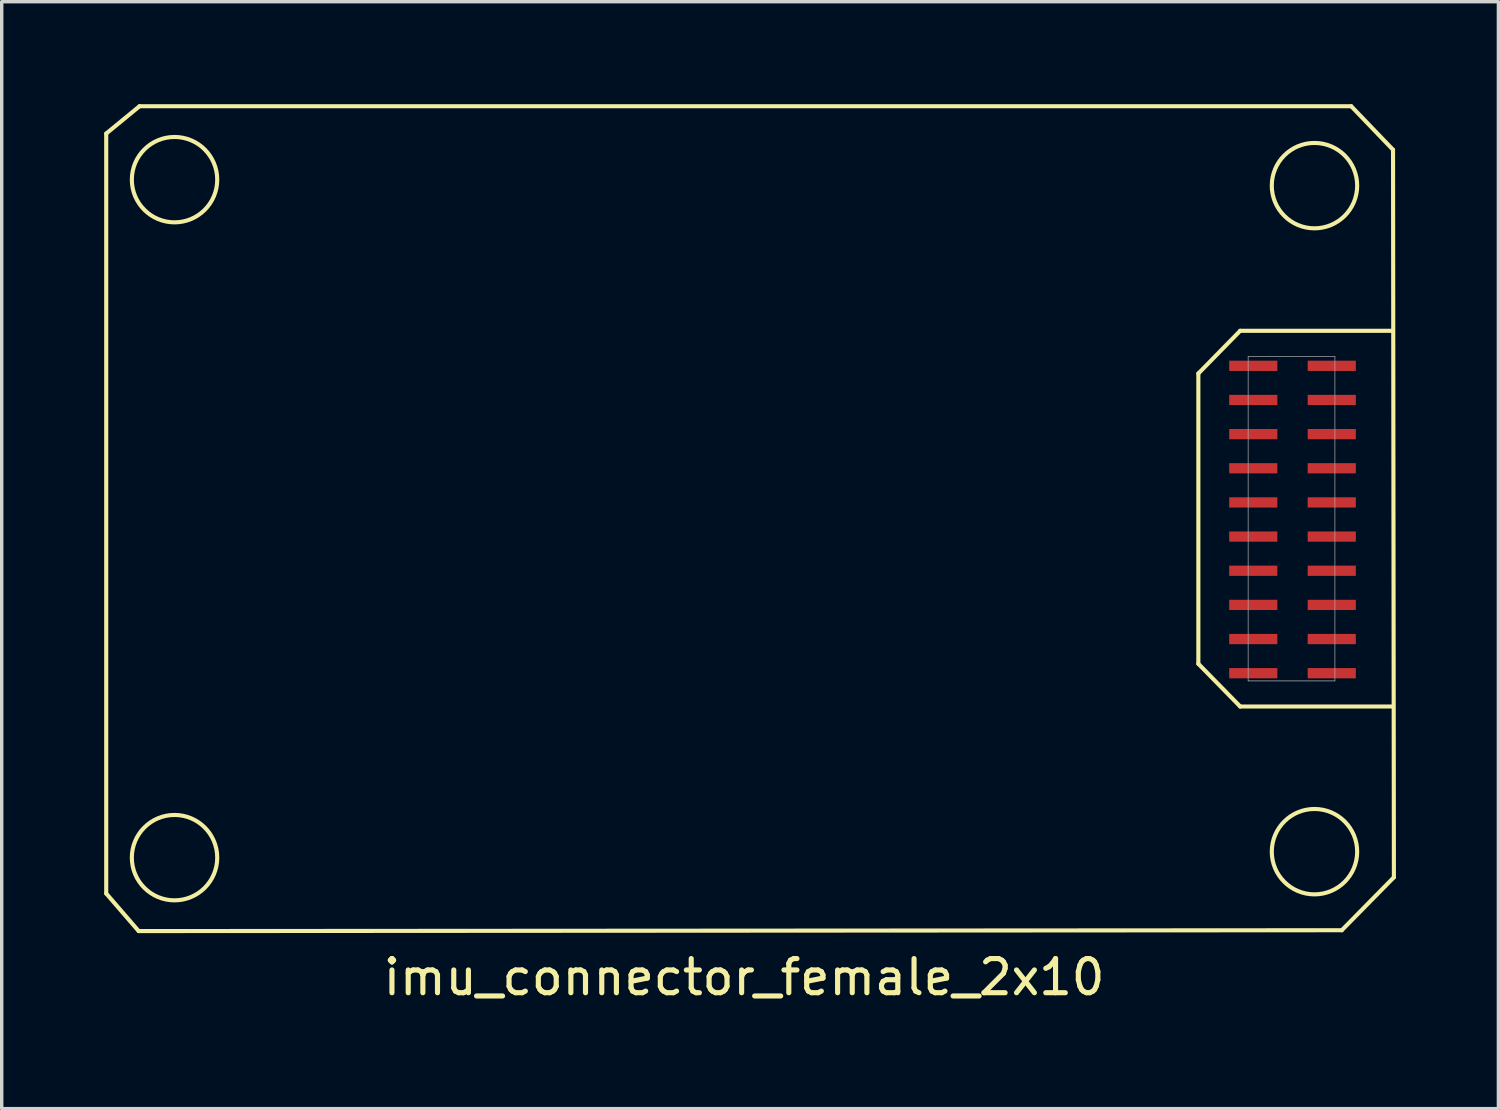
<source format=kicad_pcb>
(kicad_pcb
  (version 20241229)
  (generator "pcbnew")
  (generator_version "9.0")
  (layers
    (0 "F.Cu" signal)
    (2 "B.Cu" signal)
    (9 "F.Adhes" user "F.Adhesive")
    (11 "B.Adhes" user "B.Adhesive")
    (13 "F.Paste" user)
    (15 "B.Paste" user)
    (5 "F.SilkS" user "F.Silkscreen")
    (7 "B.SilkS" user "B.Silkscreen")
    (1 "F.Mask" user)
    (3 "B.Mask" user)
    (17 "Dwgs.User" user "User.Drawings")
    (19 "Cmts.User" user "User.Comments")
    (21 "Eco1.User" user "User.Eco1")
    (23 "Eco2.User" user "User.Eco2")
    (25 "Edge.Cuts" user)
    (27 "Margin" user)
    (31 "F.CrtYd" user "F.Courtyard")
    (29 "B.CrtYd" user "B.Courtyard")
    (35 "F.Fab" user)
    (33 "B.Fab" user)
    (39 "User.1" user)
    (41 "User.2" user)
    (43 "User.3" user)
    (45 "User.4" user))
  (footprint "imu_connector_female_2x10"
    (layer "F.Cu")
    (at 33.641 16.661)
    (property "Reference" "imu_connector_female_2x10" (at -14.906 8.899 0) (layer "F.SilkS") (effects (font (size 1 1) (thickness 0.15))))
    (attr through_hole)
    (fp_line (start -33.581 6.449) (end -33.581 -15.801) (stroke (width 0.12) (type solid)) (layer "F.SilkS"))
    (fp_line (start -32.631 7.549) (end -33.581 6.449) (stroke (width 0.12) (type solid)) (layer "F.SilkS"))
    (fp_line (start -32.631 7.549) (end 2.594 7.524) (stroke (width 0.12) (type solid)) (layer "F.SilkS"))
    (fp_line (start -32.606 -16.601) (end -33.581 -15.801) (stroke (width 0.12) (type solid)) (layer "F.SilkS"))
    (fp_line (start -32.606 -16.601) (end 2.869 -16.601) (stroke (width 0.12) (type solid)) (layer "F.SilkS"))
    (fp_line (start -1.606 -0.276) (end -1.606 -8.776) (stroke (width 0.12) (type solid)) (layer "F.SilkS"))
    (fp_line (start -0.381 -10.026) (end -1.606 -8.776) (stroke (width 0.12) (type solid)) (layer "F.SilkS"))
    (fp_line (start -0.381 -10.026) (end 4.094 -10.026) (stroke (width 0.12) (type solid)) (layer "F.SilkS"))
    (fp_line (start -0.381 0.974) (end -1.606 -0.276) (stroke (width 0.12) (type solid)) (layer "F.SilkS"))
    (fp_line (start -0.381 0.974) (end 4.094 0.974) (stroke (width 0.12) (type solid)) (layer "F.SilkS"))
    (fp_line (start 2.869 -16.601) (end 4.094 -15.326) (stroke (width 0.12) (type solid)) (layer "F.SilkS"))
    (fp_line (start 4.119 5.974) (end 2.594 7.524) (stroke (width 0.12) (type solid)) (layer "F.SilkS"))
    (fp_line (start 4.119 5.974) (end 4.094 -15.326) (stroke (width 0.12) (type solid)) (layer "F.SilkS"))
    (fp_circle (center -31.581 -14.451) (end -30.331 -14.451) (stroke (width 0.12) (type solid)) (fill no) (layer "F.SilkS"))
    (fp_circle (center -31.581 5.399) (end -30.331 5.399) (stroke (width 0.12) (type solid)) (fill no) (layer "F.SilkS"))
    (fp_circle (center 1.794 -14.276) (end 3.044 -14.276) (stroke (width 0.12) (type solid)) (fill no) (layer "F.SilkS"))
    (fp_circle (center 1.794 5.224) (end 3.044 5.224) (stroke (width 0.12) (type solid)) (fill no) (layer "F.SilkS"))
    (fp_line (start -0.148 -9.276) (end 2.392 -9.276) (stroke (width 0.02) (type solid)) (layer "F.Fab"))
    (fp_line (start -0.148 0.224) (end -0.148 -9.276) (stroke (width 0.02) (type solid)) (layer "F.Fab"))
    (fp_line (start -0.148 0.224) (end 2.392 0.224) (stroke (width 0.02) (type solid)) (layer "F.Fab"))
    (fp_line (start 2.392 0.224) (end 2.392 -9.276) (stroke (width 0.02) (type solid)) (layer "F.Fab"))
    (pad "1" smd rect (at 0.002 -0.001) (size 1.41 0.3) (layers "F.Cu" "F.Mask" "F.Paste"))
    (pad "2" smd rect (at 2.3 -0.001) (size 1.41 0.3) (layers "F.Cu" "F.Mask" "F.Paste"))
    (pad "3" smd rect (at 0.002 -1.001) (size 1.41 0.3) (layers "F.Cu" "F.Mask" "F.Paste"))
    (pad "4" smd rect (at 2.3 -1.001) (size 1.41 0.3) (layers "F.Cu" "F.Mask" "F.Paste"))
    (pad "5" smd rect (at 0.002 -2.001) (size 1.41 0.3) (layers "F.Cu" "F.Mask" "F.Paste"))
    (pad "6" smd rect (at 2.3 -2.001) (size 1.41 0.3) (layers "F.Cu" "F.Mask" "F.Paste"))
    (pad "7" smd rect (at 0.002 -3.001) (size 1.41 0.3) (layers "F.Cu" "F.Mask" "F.Paste"))
    (pad "8" smd rect (at 2.3 -3.001) (size 1.41 0.3) (layers "F.Cu" "F.Mask" "F.Paste"))
    (pad "9" smd rect (at 0.002 -4.001) (size 1.41 0.3) (layers "F.Cu" "F.Mask" "F.Paste"))
    (pad "10" smd rect (at 2.3 -4.001) (size 1.41 0.3) (layers "F.Cu" "F.Mask" "F.Paste"))
    (pad "11" smd rect (at 0.002 -5.001) (size 1.41 0.3) (layers "F.Cu" "F.Mask" "F.Paste"))
    (pad "12" smd rect (at 2.3 -5.001) (size 1.41 0.3) (layers "F.Cu" "F.Mask" "F.Paste"))
    (pad "13" smd rect (at 0.002 -6.001) (size 1.41 0.3) (layers "F.Cu" "F.Mask" "F.Paste"))
    (pad "14" smd rect (at 2.3 -6.001) (size 1.41 0.3) (layers "F.Cu" "F.Mask" "F.Paste"))
    (pad "15" smd rect (at 0.002 -7.001) (size 1.41 0.3) (layers "F.Cu" "F.Mask" "F.Paste"))
    (pad "16" smd rect (at 2.3 -7.001) (size 1.41 0.3) (layers "F.Cu" "F.Mask" "F.Paste"))
    (pad "17" smd rect (at 0.002 -8.001) (size 1.41 0.3) (layers "F.Cu" "F.Mask" "F.Paste"))
    (pad "18" smd rect (at 2.3 -8.001) (size 1.41 0.3) (layers "F.Cu" "F.Mask" "F.Paste"))
    (pad "19" smd rect (at 0.002 -9.001) (size 1.41 0.3) (layers "F.Cu" "F.Mask" "F.Paste"))
    (pad "20" smd rect (at 2.3 -9.001) (size 1.41 0.3) (layers "F.Cu" "F.Mask" "F.Paste")))
  (gr_rect
    (start -3 -3)
    (end 40.82 29.408)
    (stroke (width 0.1) (type default))
    (fill no)
    (layer "Edge.Cuts")))
</source>
